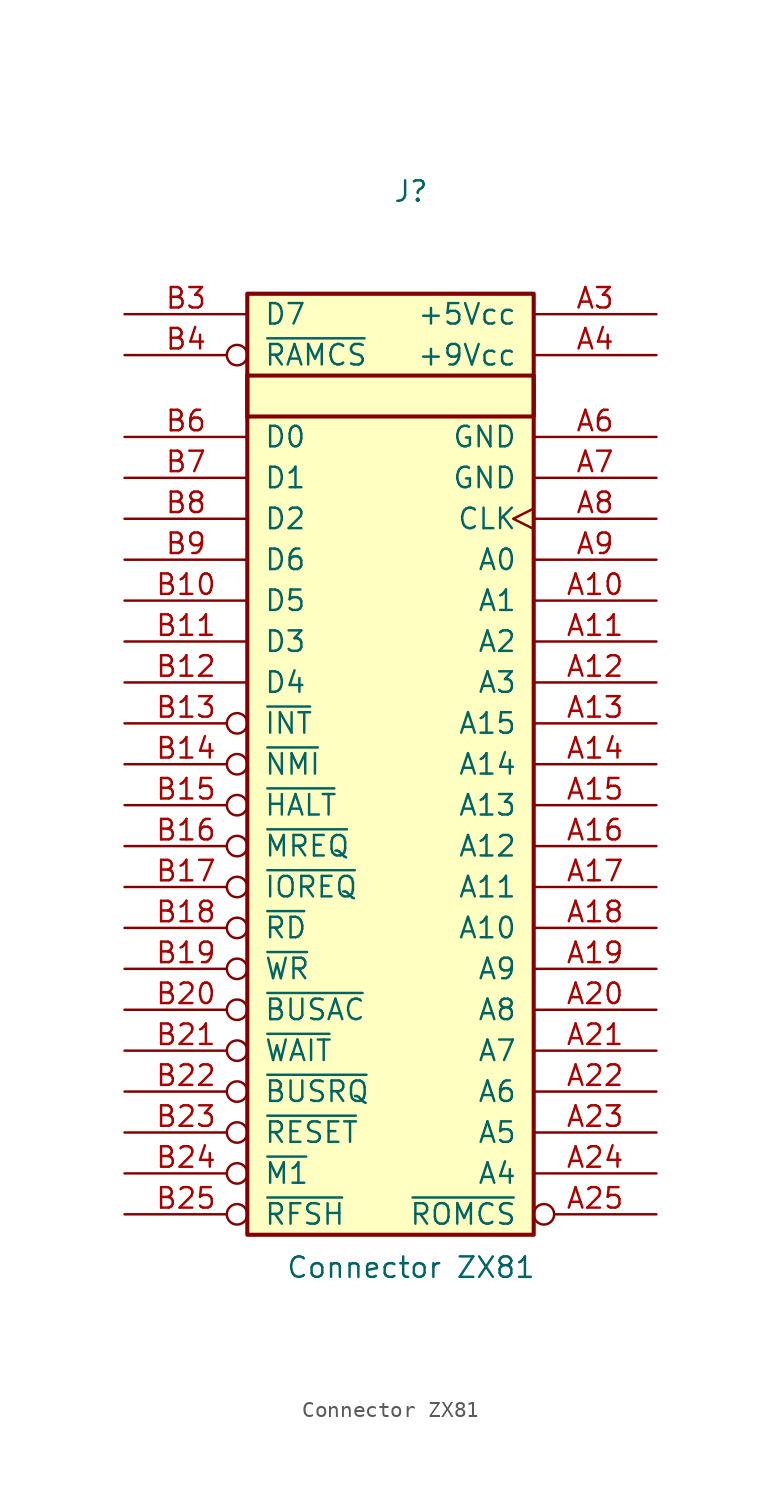
<source format=kicad_sym>
(kicad_symbol_lib
  (version 20241209)
  (generator "kicad_symbol_editor")
  (generator_version "9.0")
  (symbol "Connector ZX81"
    (pin_names
      (offset 1.016))
    (property "Reference" "J"
      (at 1.27 36.83 0)
      (effects (font (size 1.27 1.27))))
    (property "Value" "Connector ZX81"
      (at 1.27 -29.972 0)
      (effects (font (size 1.27 1.27))))
    (symbol "Connector ZX81_1_1"
      (rectangle (start -8.89 30.48) (end 8.89 -27.94) (stroke (width 0.254) (type default)) (fill (type background)))
      (rectangle (start -8.89 25.4) (end 8.89 22.86) (stroke (width 0.254) (type default)) (fill (type none)))
      (pin bidirectional line (at -16.51 29.21 0) (length 7.62) (name "D7" (effects (font (size 1.27 1.27)))) (number "B3" (effects (font (size 1.27 1.27)))))
      (pin input inverted (at -16.51 26.67 0) (length 7.62) (name "~{RAMCS}" (effects (font (size 1.27 1.27)))) (number "B4" (effects (font (size 1.27 1.27)))))
      (pin bidirectional line (at -16.51 21.59 0) (length 7.62) (name "D0" (effects (font (size 1.27 1.27)))) (number "B6" (effects (font (size 1.27 1.27)))))
      (pin bidirectional line (at -16.51 19.05 0) (length 7.62) (name "D1" (effects (font (size 1.27 1.27)))) (number "B7" (effects (font (size 1.27 1.27)))))
      (pin bidirectional line (at -16.51 16.51 0) (length 7.62) (name "D2" (effects (font (size 1.27 1.27)))) (number "B8" (effects (font (size 1.27 1.27)))))
      (pin bidirectional line (at -16.51 13.97 0) (length 7.62) (name "D6" (effects (font (size 1.27 1.27)))) (number "B9" (effects (font (size 1.27 1.27)))))
      (pin bidirectional line (at -16.51 11.43 0) (length 7.62) (name "D5" (effects (font (size 1.27 1.27)))) (number "B10" (effects (font (size 1.27 1.27)))))
      (pin bidirectional line (at -16.51 8.89 0) (length 7.62) (name "D3" (effects (font (size 1.27 1.27)))) (number "B11" (effects (font (size 1.27 1.27)))))
      (pin bidirectional line (at -16.51 6.35 0) (length 7.62) (name "D4" (effects (font (size 1.27 1.27)))) (number "B12" (effects (font (size 1.27 1.27)))))
      (pin bidirectional inverted (at -16.51 3.81 0) (length 7.62) (name "~{INT}" (effects (font (size 1.27 1.27)))) (number "B13" (effects (font (size 1.27 1.27)))))
      (pin bidirectional inverted (at -16.51 1.27 0) (length 7.62) (name "~{NMI}" (effects (font (size 1.27 1.27)))) (number "B14" (effects (font (size 1.27 1.27)))))
      (pin bidirectional inverted (at -16.51 -1.27 0) (length 7.62) (name "~{HALT}" (effects (font (size 1.27 1.27)))) (number "B15" (effects (font (size 1.27 1.27)))))
      (pin bidirectional inverted (at -16.51 -3.81 0) (length 7.62) (name "~{MREQ}" (effects (font (size 1.27 1.27)))) (number "B16" (effects (font (size 1.27 1.27)))))
      (pin bidirectional inverted (at -16.51 -6.35 0) (length 7.62) (name "~{IOREQ}" (effects (font (size 1.27 1.27)))) (number "B17" (effects (font (size 1.27 1.27)))))
      (pin bidirectional inverted (at -16.51 -8.89 0) (length 7.62) (name "~{RD}" (effects (font (size 1.27 1.27)))) (number "B18" (effects (font (size 1.27 1.27)))))
      (pin bidirectional inverted (at -16.51 -11.43 0) (length 7.62) (name "~{WR}" (effects (font (size 1.27 1.27)))) (number "B19" (effects (font (size 1.27 1.27)))))
      (pin bidirectional inverted (at -16.51 -13.97 0) (length 7.62) (name "~{BUSAC}" (effects (font (size 1.27 1.27)))) (number "B20" (effects (font (size 1.27 1.27)))))
      (pin bidirectional inverted (at -16.51 -16.51 0) (length 7.62) (name "~{WAIT}" (effects (font (size 1.27 1.27)))) (number "B21" (effects (font (size 1.27 1.27)))))
      (pin bidirectional inverted (at -16.51 -19.05 0) (length 7.62) (name "~{BUSRQ}" (effects (font (size 1.27 1.27)))) (number "B22" (effects (font (size 1.27 1.27)))))
      (pin bidirectional inverted (at -16.51 -21.59 0) (length 7.62) (name "~{RESET}" (effects (font (size 1.27 1.27)))) (number "B23" (effects (font (size 1.27 1.27)))))
      (pin bidirectional inverted (at -16.51 -24.13 0) (length 7.62) (name "~{M1}" (effects (font (size 1.27 1.27)))) (number "B24" (effects (font (size 1.27 1.27)))))
      (pin bidirectional inverted (at -16.51 -26.67 0) (length 7.62) (name "~{RFSH}" (effects (font (size 1.27 1.27)))) (number "B25" (effects (font (size 1.27 1.27)))))
      (pin bidirectional line (at 16.51 29.21 180) (length 7.62) (name "+5Vcc" (effects (font (size 1.27 1.27)))) (number "A3" (effects (font (size 1.27 1.27)))))
      (pin bidirectional line (at 16.51 26.67 180) (length 7.62) (name "+9Vcc" (effects (font (size 1.27 1.27)))) (number "A4" (effects (font (size 1.27 1.27)))))
      (pin bidirectional line (at 16.51 21.59 180) (length 7.62) (name "GND" (effects (font (size 1.27 1.27)))) (number "A6" (effects (font (size 1.27 1.27)))))
      (pin bidirectional line (at 16.51 19.05 180) (length 7.62) (name "GND" (effects (font (size 1.27 1.27)))) (number "A7" (effects (font (size 1.27 1.27)))))
      (pin bidirectional clock (at 16.51 16.51 180) (length 7.62) (name "CLK" (effects (font (size 1.27 1.27)))) (number "A8" (effects (font (size 1.27 1.27)))))
      (pin bidirectional line (at 16.51 13.97 180) (length 7.62) (name "A0" (effects (font (size 1.27 1.27)))) (number "A9" (effects (font (size 1.27 1.27)))))
      (pin bidirectional line (at 16.51 11.43 180) (length 7.62) (name "A1" (effects (font (size 1.27 1.27)))) (number "A10" (effects (font (size 1.27 1.27)))))
      (pin bidirectional line (at 16.51 8.89 180) (length 7.62) (name "A2" (effects (font (size 1.27 1.27)))) (number "A11" (effects (font (size 1.27 1.27)))))
      (pin bidirectional line (at 16.51 6.35 180) (length 7.62) (name "A3" (effects (font (size 1.27 1.27)))) (number "A12" (effects (font (size 1.27 1.27)))))
      (pin bidirectional line (at 16.51 3.81 180) (length 7.62) (name "A15" (effects (font (size 1.27 1.27)))) (number "A13" (effects (font (size 1.27 1.27)))))
      (pin bidirectional line (at 16.51 1.27 180) (length 7.62) (name "A14" (effects (font (size 1.27 1.27)))) (number "A14" (effects (font (size 1.27 1.27)))))
      (pin bidirectional line (at 16.51 -1.27 180) (length 7.62) (name "A13" (effects (font (size 1.27 1.27)))) (number "A15" (effects (font (size 1.27 1.27)))))
      (pin bidirectional line (at 16.51 -3.81 180) (length 7.62) (name "A12" (effects (font (size 1.27 1.27)))) (number "A16" (effects (font (size 1.27 1.27)))))
      (pin bidirectional line (at 16.51 -6.35 180) (length 7.62) (name "A11" (effects (font (size 1.27 1.27)))) (number "A17" (effects (font (size 1.27 1.27)))))
      (pin bidirectional line (at 16.51 -8.89 180) (length 7.62) (name "A10" (effects (font (size 1.27 1.27)))) (number "A18" (effects (font (size 1.27 1.27)))))
      (pin bidirectional line (at 16.51 -11.43 180) (length 7.62) (name "A9" (effects (font (size 1.27 1.27)))) (number "A19" (effects (font (size 1.27 1.27)))))
      (pin bidirectional line (at 16.51 -13.97 180) (length 7.62) (name "A8" (effects (font (size 1.27 1.27)))) (number "A20" (effects (font (size 1.27 1.27)))))
      (pin bidirectional line (at 16.51 -16.51 180) (length 7.62) (name "A7" (effects (font (size 1.27 1.27)))) (number "A21" (effects (font (size 1.27 1.27)))))
      (pin bidirectional line (at 16.51 -19.05 180) (length 7.62) (name "A6" (effects (font (size 1.27 1.27)))) (number "A22" (effects (font (size 1.27 1.27)))))
      (pin bidirectional line (at 16.51 -21.59 180) (length 7.62) (name "A5" (effects (font (size 1.27 1.27)))) (number "A23" (effects (font (size 1.27 1.27)))))
      (pin bidirectional line (at 16.51 -24.13 180) (length 7.62) (name "A4" (effects (font (size 1.27 1.27)))) (number "A24" (effects (font (size 1.27 1.27)))))
      (pin bidirectional inverted (at 16.51 -26.67 180) (length 7.62) (name "~{ROMCS}" (effects (font (size 1.27 1.27)))) (number "A25" (effects (font (size 1.27 1.27))))))))
</source>
